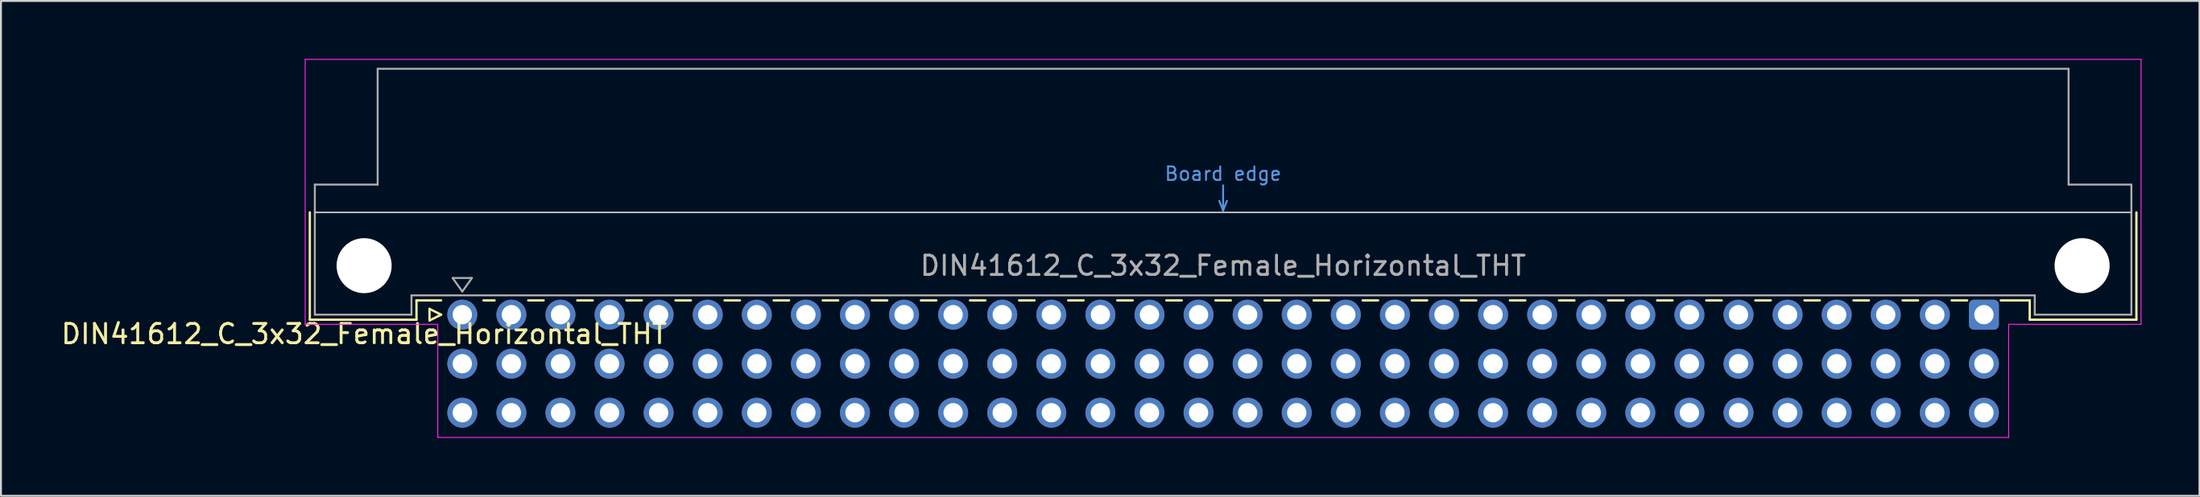
<source format=kicad_pcb>
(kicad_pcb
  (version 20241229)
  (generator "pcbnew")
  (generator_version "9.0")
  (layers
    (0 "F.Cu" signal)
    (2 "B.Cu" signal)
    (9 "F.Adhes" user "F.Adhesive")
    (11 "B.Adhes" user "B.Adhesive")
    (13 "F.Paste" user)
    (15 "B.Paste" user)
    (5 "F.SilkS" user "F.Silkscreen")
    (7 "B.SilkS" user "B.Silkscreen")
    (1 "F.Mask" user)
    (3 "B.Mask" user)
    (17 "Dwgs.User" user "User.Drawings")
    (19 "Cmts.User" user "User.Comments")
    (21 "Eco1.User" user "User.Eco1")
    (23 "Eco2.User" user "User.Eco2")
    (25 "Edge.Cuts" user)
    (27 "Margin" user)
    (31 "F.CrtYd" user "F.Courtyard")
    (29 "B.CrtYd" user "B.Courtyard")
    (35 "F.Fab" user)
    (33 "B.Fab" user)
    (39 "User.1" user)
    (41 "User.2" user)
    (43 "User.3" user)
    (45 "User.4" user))
  (footprint "DIN41612_C_3x32_Female_Horizontal_THT"
    (layer "F.Cu")
    (at 20.872 13.255)
    (property "Reference" "DIN41612_C_3x32_Female_Horizontal_THT" (at -5.08 1 0) (layer "F.SilkS") (effects (font (size 1 1) (thickness 0.15))))
    (attr through_hole)
    (fp_line (start -7.89 -5.3) (end -7.89 0.26) (stroke (width 0.12) (type solid)) (layer "F.SilkS"))
    (fp_line (start -7.89 0.26) (end -2.37 0.26) (stroke (width 0.12) (type solid)) (layer "F.SilkS"))
    (fp_line (start -2.371 -0.74) (end -1.095 -0.74) (stroke (width 0.12) (type solid)) (layer "F.SilkS"))
    (fp_line (start -2.37 0.26) (end -2.37 -0.74) (stroke (width 0.12) (type solid)) (layer "F.SilkS"))
    (fp_line (start -1.695 -0.3) (end -1.695 0.3) (stroke (width 0.12) (type solid)) (layer "F.SilkS"))
    (fp_line (start -1.695 0.3) (end -1.095 0) (stroke (width 0.12) (type solid)) (layer "F.SilkS"))
    (fp_line (start -1.095 0) (end -1.695 -0.3) (stroke (width 0.12) (type solid)) (layer "F.SilkS"))
    (fp_line (start 1.095 -0.74) (end 1.671 -0.74) (stroke (width 0.12) (type solid)) (layer "F.SilkS"))
    (fp_line (start 3.41 -0.74) (end 4.211 -0.74) (stroke (width 0.12) (type solid)) (layer "F.SilkS"))
    (fp_line (start 5.95 -0.74) (end 6.751 -0.74) (stroke (width 0.12) (type solid)) (layer "F.SilkS"))
    (fp_line (start 8.49 -0.74) (end 9.291 -0.74) (stroke (width 0.12) (type solid)) (layer "F.SilkS"))
    (fp_line (start 11.03 -0.74) (end 11.831 -0.74) (stroke (width 0.12) (type solid)) (layer "F.SilkS"))
    (fp_line (start 13.57 -0.74) (end 14.371 -0.74) (stroke (width 0.12) (type solid)) (layer "F.SilkS"))
    (fp_line (start 16.11 -0.74) (end 16.911 -0.74) (stroke (width 0.12) (type solid)) (layer "F.SilkS"))
    (fp_line (start 18.65 -0.74) (end 19.451 -0.74) (stroke (width 0.12) (type solid)) (layer "F.SilkS"))
    (fp_line (start 21.19 -0.74) (end 21.991 -0.74) (stroke (width 0.12) (type solid)) (layer "F.SilkS"))
    (fp_line (start 23.73 -0.74) (end 24.531 -0.74) (stroke (width 0.12) (type solid)) (layer "F.SilkS"))
    (fp_line (start 26.27 -0.74) (end 27.071 -0.74) (stroke (width 0.12) (type solid)) (layer "F.SilkS"))
    (fp_line (start 28.81 -0.74) (end 29.611 -0.74) (stroke (width 0.12) (type solid)) (layer "F.SilkS"))
    (fp_line (start 31.35 -0.74) (end 32.151 -0.74) (stroke (width 0.12) (type solid)) (layer "F.SilkS"))
    (fp_line (start 33.89 -0.74) (end 34.691 -0.74) (stroke (width 0.12) (type solid)) (layer "F.SilkS"))
    (fp_line (start 36.43 -0.74) (end 37.231 -0.74) (stroke (width 0.12) (type solid)) (layer "F.SilkS"))
    (fp_line (start 38.97 -0.74) (end 39.771 -0.74) (stroke (width 0.12) (type solid)) (layer "F.SilkS"))
    (fp_line (start 41.51 -0.74) (end 42.311 -0.74) (stroke (width 0.12) (type solid)) (layer "F.SilkS"))
    (fp_line (start 44.05 -0.74) (end 44.851 -0.74) (stroke (width 0.12) (type solid)) (layer "F.SilkS"))
    (fp_line (start 46.59 -0.74) (end 47.391 -0.74) (stroke (width 0.12) (type solid)) (layer "F.SilkS"))
    (fp_line (start 49.13 -0.74) (end 49.931 -0.74) (stroke (width 0.12) (type solid)) (layer "F.SilkS"))
    (fp_line (start 51.67 -0.74) (end 52.471 -0.74) (stroke (width 0.12) (type solid)) (layer "F.SilkS"))
    (fp_line (start 54.21 -0.74) (end 55.011 -0.74) (stroke (width 0.12) (type solid)) (layer "F.SilkS"))
    (fp_line (start 56.75 -0.74) (end 57.551 -0.74) (stroke (width 0.12) (type solid)) (layer "F.SilkS"))
    (fp_line (start 59.29 -0.74) (end 60.091 -0.74) (stroke (width 0.12) (type solid)) (layer "F.SilkS"))
    (fp_line (start 61.83 -0.74) (end 62.631 -0.74) (stroke (width 0.12) (type solid)) (layer "F.SilkS"))
    (fp_line (start 64.37 -0.74) (end 65.171 -0.74) (stroke (width 0.12) (type solid)) (layer "F.SilkS"))
    (fp_line (start 66.91 -0.74) (end 67.711 -0.74) (stroke (width 0.12) (type solid)) (layer "F.SilkS"))
    (fp_line (start 69.45 -0.74) (end 70.251 -0.74) (stroke (width 0.12) (type solid)) (layer "F.SilkS"))
    (fp_line (start 71.99 -0.74) (end 72.791 -0.74) (stroke (width 0.12) (type solid)) (layer "F.SilkS"))
    (fp_line (start 74.53 -0.74) (end 75.331 -0.74) (stroke (width 0.12) (type solid)) (layer "F.SilkS"))
    (fp_line (start 77.07 -0.74) (end 77.871 -0.74) (stroke (width 0.12) (type solid)) (layer "F.SilkS"))
    (fp_line (start 79.61 -0.74) (end 81.11 -0.74) (stroke (width 0.12) (type solid)) (layer "F.SilkS"))
    (fp_line (start 81.11 0.26) (end 81.11 -0.74) (stroke (width 0.12) (type solid)) (layer "F.SilkS"))
    (fp_line (start 86.63 -5.3) (end 86.63 0.26) (stroke (width 0.12) (type solid)) (layer "F.SilkS"))
    (fp_line (start 86.63 0.26) (end 81.11 0.26) (stroke (width 0.12) (type solid)) (layer "F.SilkS"))
    (fp_line (start -7.63 -5.3) (end 86.37 -5.3) (stroke (width 0.08) (type solid)) (layer "Dwgs.User"))
    (fp_line (start 39.17 -5.9) (end 39.37 -5.4) (stroke (width 0.1) (type solid)) (layer "Cmts.User"))
    (fp_line (start 39.37 -5.4) (end 39.37 -6.7) (stroke (width 0.1) (type solid)) (layer "Cmts.User"))
    (fp_line (start 39.37 -5.4) (end 39.57 -5.9) (stroke (width 0.1) (type solid)) (layer "Cmts.User"))
    (fp_line (start -8.13 -13.23) (end -8.13 0.5) (stroke (width 0.05) (type solid)) (layer "F.CrtYd"))
    (fp_line (start -8.13 0.5) (end -1.27 0.5) (stroke (width 0.05) (type solid)) (layer "F.CrtYd"))
    (fp_line (start -1.27 0.5) (end -1.27 6.36) (stroke (width 0.05) (type solid)) (layer "F.CrtYd"))
    (fp_line (start -1.27 6.36) (end 80.02 6.36) (stroke (width 0.05) (type solid)) (layer "F.CrtYd"))
    (fp_line (start 80.02 0.5) (end 86.87 0.5) (stroke (width 0.05) (type solid)) (layer "F.CrtYd"))
    (fp_line (start 80.02 6.36) (end 80.02 0.5) (stroke (width 0.05) (type solid)) (layer "F.CrtYd"))
    (fp_line (start 86.87 -13.23) (end -8.13 -13.23) (stroke (width 0.05) (type solid)) (layer "F.CrtYd"))
    (fp_line (start 86.87 0.5) (end 86.87 -13.23) (stroke (width 0.05) (type solid)) (layer "F.CrtYd"))
    (fp_line (start -7.63 -6.74) (end -7.63 0) (stroke (width 0.1) (type solid)) (layer "F.Fab"))
    (fp_line (start -7.63 0) (end -2.63 0) (stroke (width 0.1) (type solid)) (layer "F.Fab"))
    (fp_line (start -4.38 -12.74) (end -4.38 -6.74) (stroke (width 0.1) (type solid)) (layer "F.Fab"))
    (fp_line (start -4.38 -6.74) (end -7.63 -6.74) (stroke (width 0.1) (type solid)) (layer "F.Fab"))
    (fp_line (start -2.63 -1) (end 81.37 -1) (stroke (width 0.1) (type solid)) (layer "F.Fab"))
    (fp_line (start -2.63 0) (end -2.63 -1) (stroke (width 0.1) (type solid)) (layer "F.Fab"))
    (fp_line (start -0.5 -1.9) (end 0.5 -1.9) (stroke (width 0.1) (type solid)) (layer "F.Fab"))
    (fp_line (start 0 -1.2) (end -0.5 -1.9) (stroke (width 0.1) (type solid)) (layer "F.Fab"))
    (fp_line (start 0.5 -1.9) (end 0 -1.2) (stroke (width 0.1) (type solid)) (layer "F.Fab"))
    (fp_line (start 81.37 -1) (end 81.37 0) (stroke (width 0.1) (type solid)) (layer "F.Fab"))
    (fp_line (start 81.37 0) (end 86.37 0) (stroke (width 0.1) (type solid)) (layer "F.Fab"))
    (fp_line (start 83.12 -12.74) (end -4.38 -12.74) (stroke (width 0.1) (type solid)) (layer "F.Fab"))
    (fp_line (start 83.12 -6.74) (end 83.12 -12.74) (stroke (width 0.1) (type solid)) (layer "F.Fab"))
    (fp_line (start 86.37 -6.74) (end 83.12 -6.74) (stroke (width 0.1) (type solid)) (layer "F.Fab"))
    (fp_line (start 86.37 0) (end 86.37 -6.74) (stroke (width 0.1) (type solid)) (layer "F.Fab"))
    (fp_text user "Board edge" (at 39.37 -7.3 0) (layer "Cmts.User") (effects (font (size 0.7 0.7) (thickness 0.1))))
    (fp_text user "${REFERENCE}" (at 39.37 -2.54 0) (layer "F.Fab") (effects (font (size 1 1) (thickness 0.15))))
    (pad "" np_thru_hole circle (at -5.08 -2.54) (size 2.85 2.85) (drill 2.85) (layers "*.Cu" "*.Mask"))
    (pad "" np_thru_hole circle (at 83.82 -2.54) (size 2.85 2.85) (drill 2.85) (layers "*.Cu" "*.Mask"))
    (pad "a1" thru_hole roundrect (at 78.74 0) (size 1.55 1.55) (drill 1) (layers "*.Cu" "*.Mask") (roundrect_rratio 0.161))
    (pad "a2" thru_hole circle (at 76.2 0) (size 1.55 1.55) (drill 1) (layers "*.Cu" "*.Mask"))
    (pad "a3" thru_hole circle (at 73.66 0) (size 1.55 1.55) (drill 1) (layers "*.Cu" "*.Mask"))
    (pad "a4" thru_hole circle (at 71.12 0) (size 1.55 1.55) (drill 1) (layers "*.Cu" "*.Mask"))
    (pad "a5" thru_hole circle (at 68.58 0) (size 1.55 1.55) (drill 1) (layers "*.Cu" "*.Mask"))
    (pad "a6" thru_hole circle (at 66.04 0) (size 1.55 1.55) (drill 1) (layers "*.Cu" "*.Mask"))
    (pad "a7" thru_hole circle (at 63.5 0) (size 1.55 1.55) (drill 1) (layers "*.Cu" "*.Mask"))
    (pad "a8" thru_hole circle (at 60.96 0) (size 1.55 1.55) (drill 1) (layers "*.Cu" "*.Mask"))
    (pad "a9" thru_hole circle (at 58.42 0) (size 1.55 1.55) (drill 1) (layers "*.Cu" "*.Mask"))
    (pad "a10" thru_hole circle (at 55.88 0) (size 1.55 1.55) (drill 1) (layers "*.Cu" "*.Mask"))
    (pad "a11" thru_hole circle (at 53.34 0) (size 1.55 1.55) (drill 1) (layers "*.Cu" "*.Mask"))
    (pad "a12" thru_hole circle (at 50.8 0) (size 1.55 1.55) (drill 1) (layers "*.Cu" "*.Mask"))
    (pad "a13" thru_hole circle (at 48.26 0) (size 1.55 1.55) (drill 1) (layers "*.Cu" "*.Mask"))
    (pad "a14" thru_hole circle (at 45.72 0) (size 1.55 1.55) (drill 1) (layers "*.Cu" "*.Mask"))
    (pad "a15" thru_hole circle (at 43.18 0) (size 1.55 1.55) (drill 1) (layers "*.Cu" "*.Mask"))
    (pad "a16" thru_hole circle (at 40.64 0) (size 1.55 1.55) (drill 1) (layers "*.Cu" "*.Mask"))
    (pad "a17" thru_hole circle (at 38.1 0) (size 1.55 1.55) (drill 1) (layers "*.Cu" "*.Mask"))
    (pad "a18" thru_hole circle (at 35.56 0) (size 1.55 1.55) (drill 1) (layers "*.Cu" "*.Mask"))
    (pad "a19" thru_hole circle (at 33.02 0) (size 1.55 1.55) (drill 1) (layers "*.Cu" "*.Mask"))
    (pad "a20" thru_hole circle (at 30.48 0) (size 1.55 1.55) (drill 1) (layers "*.Cu" "*.Mask"))
    (pad "a21" thru_hole circle (at 27.94 0) (size 1.55 1.55) (drill 1) (layers "*.Cu" "*.Mask"))
    (pad "a22" thru_hole circle (at 25.4 0) (size 1.55 1.55) (drill 1) (layers "*.Cu" "*.Mask"))
    (pad "a23" thru_hole circle (at 22.86 0) (size 1.55 1.55) (drill 1) (layers "*.Cu" "*.Mask"))
    (pad "a24" thru_hole circle (at 20.32 0) (size 1.55 1.55) (drill 1) (layers "*.Cu" "*.Mask"))
    (pad "a25" thru_hole circle (at 17.78 0) (size 1.55 1.55) (drill 1) (layers "*.Cu" "*.Mask"))
    (pad "a26" thru_hole circle (at 15.24 0) (size 1.55 1.55) (drill 1) (layers "*.Cu" "*.Mask"))
    (pad "a27" thru_hole circle (at 12.7 0) (size 1.55 1.55) (drill 1) (layers "*.Cu" "*.Mask"))
    (pad "a28" thru_hole circle (at 10.16 0) (size 1.55 1.55) (drill 1) (layers "*.Cu" "*.Mask"))
    (pad "a29" thru_hole circle (at 7.62 0) (size 1.55 1.55) (drill 1) (layers "*.Cu" "*.Mask"))
    (pad "a30" thru_hole circle (at 5.08 0) (size 1.55 1.55) (drill 1) (layers "*.Cu" "*.Mask"))
    (pad "a31" thru_hole circle (at 2.54 0) (size 1.55 1.55) (drill 1) (layers "*.Cu" "*.Mask"))
    (pad "a32" thru_hole circle (at 0 0) (size 1.55 1.55) (drill 1) (layers "*.Cu" "*.Mask"))
    (pad "b1" thru_hole circle (at 78.74 2.54) (size 1.55 1.55) (drill 1) (layers "*.Cu" "*.Mask"))
    (pad "b2" thru_hole circle (at 76.2 2.54) (size 1.55 1.55) (drill 1) (layers "*.Cu" "*.Mask"))
    (pad "b3" thru_hole circle (at 73.66 2.54) (size 1.55 1.55) (drill 1) (layers "*.Cu" "*.Mask"))
    (pad "b4" thru_hole circle (at 71.12 2.54) (size 1.55 1.55) (drill 1) (layers "*.Cu" "*.Mask"))
    (pad "b5" thru_hole circle (at 68.58 2.54) (size 1.55 1.55) (drill 1) (layers "*.Cu" "*.Mask"))
    (pad "b6" thru_hole circle (at 66.04 2.54) (size 1.55 1.55) (drill 1) (layers "*.Cu" "*.Mask"))
    (pad "b7" thru_hole circle (at 63.5 2.54) (size 1.55 1.55) (drill 1) (layers "*.Cu" "*.Mask"))
    (pad "b8" thru_hole circle (at 60.96 2.54) (size 1.55 1.55) (drill 1) (layers "*.Cu" "*.Mask"))
    (pad "b9" thru_hole circle (at 58.42 2.54) (size 1.55 1.55) (drill 1) (layers "*.Cu" "*.Mask"))
    (pad "b10" thru_hole circle (at 55.88 2.54) (size 1.55 1.55) (drill 1) (layers "*.Cu" "*.Mask"))
    (pad "b11" thru_hole circle (at 53.34 2.54) (size 1.55 1.55) (drill 1) (layers "*.Cu" "*.Mask"))
    (pad "b12" thru_hole circle (at 50.8 2.54) (size 1.55 1.55) (drill 1) (layers "*.Cu" "*.Mask"))
    (pad "b13" thru_hole circle (at 48.26 2.54) (size 1.55 1.55) (drill 1) (layers "*.Cu" "*.Mask"))
    (pad "b14" thru_hole circle (at 45.72 2.54) (size 1.55 1.55) (drill 1) (layers "*.Cu" "*.Mask"))
    (pad "b15" thru_hole circle (at 43.18 2.54) (size 1.55 1.55) (drill 1) (layers "*.Cu" "*.Mask"))
    (pad "b16" thru_hole circle (at 40.64 2.54) (size 1.55 1.55) (drill 1) (layers "*.Cu" "*.Mask"))
    (pad "b17" thru_hole circle (at 38.1 2.54) (size 1.55 1.55) (drill 1) (layers "*.Cu" "*.Mask"))
    (pad "b18" thru_hole circle (at 35.56 2.54) (size 1.55 1.55) (drill 1) (layers "*.Cu" "*.Mask"))
    (pad "b19" thru_hole circle (at 33.02 2.54) (size 1.55 1.55) (drill 1) (layers "*.Cu" "*.Mask"))
    (pad "b20" thru_hole circle (at 30.48 2.54) (size 1.55 1.55) (drill 1) (layers "*.Cu" "*.Mask"))
    (pad "b21" thru_hole circle (at 27.94 2.54) (size 1.55 1.55) (drill 1) (layers "*.Cu" "*.Mask"))
    (pad "b22" thru_hole circle (at 25.4 2.54) (size 1.55 1.55) (drill 1) (layers "*.Cu" "*.Mask"))
    (pad "b23" thru_hole circle (at 22.86 2.54) (size 1.55 1.55) (drill 1) (layers "*.Cu" "*.Mask"))
    (pad "b24" thru_hole circle (at 20.32 2.54) (size 1.55 1.55) (drill 1) (layers "*.Cu" "*.Mask"))
    (pad "b25" thru_hole circle (at 17.78 2.54) (size 1.55 1.55) (drill 1) (layers "*.Cu" "*.Mask"))
    (pad "b26" thru_hole circle (at 15.24 2.54) (size 1.55 1.55) (drill 1) (layers "*.Cu" "*.Mask"))
    (pad "b27" thru_hole circle (at 12.7 2.54) (size 1.55 1.55) (drill 1) (layers "*.Cu" "*.Mask"))
    (pad "b28" thru_hole circle (at 10.16 2.54) (size 1.55 1.55) (drill 1) (layers "*.Cu" "*.Mask"))
    (pad "b29" thru_hole circle (at 7.62 2.54) (size 1.55 1.55) (drill 1) (layers "*.Cu" "*.Mask"))
    (pad "b30" thru_hole circle (at 5.08 2.54) (size 1.55 1.55) (drill 1) (layers "*.Cu" "*.Mask"))
    (pad "b31" thru_hole circle (at 2.54 2.54) (size 1.55 1.55) (drill 1) (layers "*.Cu" "*.Mask"))
    (pad "b32" thru_hole circle (at 0 2.54) (size 1.55 1.55) (drill 1) (layers "*.Cu" "*.Mask"))
    (pad "c1" thru_hole circle (at 78.74 5.08) (size 1.55 1.55) (drill 1) (layers "*.Cu" "*.Mask"))
    (pad "c2" thru_hole circle (at 76.2 5.08) (size 1.55 1.55) (drill 1) (layers "*.Cu" "*.Mask"))
    (pad "c3" thru_hole circle (at 73.66 5.08) (size 1.55 1.55) (drill 1) (layers "*.Cu" "*.Mask"))
    (pad "c4" thru_hole circle (at 71.12 5.08) (size 1.55 1.55) (drill 1) (layers "*.Cu" "*.Mask"))
    (pad "c5" thru_hole circle (at 68.58 5.08) (size 1.55 1.55) (drill 1) (layers "*.Cu" "*.Mask"))
    (pad "c6" thru_hole circle (at 66.04 5.08) (size 1.55 1.55) (drill 1) (layers "*.Cu" "*.Mask"))
    (pad "c7" thru_hole circle (at 63.5 5.08) (size 1.55 1.55) (drill 1) (layers "*.Cu" "*.Mask"))
    (pad "c8" thru_hole circle (at 60.96 5.08) (size 1.55 1.55) (drill 1) (layers "*.Cu" "*.Mask"))
    (pad "c9" thru_hole circle (at 58.42 5.08) (size 1.55 1.55) (drill 1) (layers "*.Cu" "*.Mask"))
    (pad "c10" thru_hole circle (at 55.88 5.08) (size 1.55 1.55) (drill 1) (layers "*.Cu" "*.Mask"))
    (pad "c11" thru_hole circle (at 53.34 5.08) (size 1.55 1.55) (drill 1) (layers "*.Cu" "*.Mask"))
    (pad "c12" thru_hole circle (at 50.8 5.08) (size 1.55 1.55) (drill 1) (layers "*.Cu" "*.Mask"))
    (pad "c13" thru_hole circle (at 48.26 5.08) (size 1.55 1.55) (drill 1) (layers "*.Cu" "*.Mask"))
    (pad "c14" thru_hole circle (at 45.72 5.08) (size 1.55 1.55) (drill 1) (layers "*.Cu" "*.Mask"))
    (pad "c15" thru_hole circle (at 43.18 5.08) (size 1.55 1.55) (drill 1) (layers "*.Cu" "*.Mask"))
    (pad "c16" thru_hole circle (at 40.64 5.08) (size 1.55 1.55) (drill 1) (layers "*.Cu" "*.Mask"))
    (pad "c17" thru_hole circle (at 38.1 5.08) (size 1.55 1.55) (drill 1) (layers "*.Cu" "*.Mask"))
    (pad "c18" thru_hole circle (at 35.56 5.08) (size 1.55 1.55) (drill 1) (layers "*.Cu" "*.Mask"))
    (pad "c19" thru_hole circle (at 33.02 5.08) (size 1.55 1.55) (drill 1) (layers "*.Cu" "*.Mask"))
    (pad "c20" thru_hole circle (at 30.48 5.08) (size 1.55 1.55) (drill 1) (layers "*.Cu" "*.Mask"))
    (pad "c21" thru_hole circle (at 27.94 5.08) (size 1.55 1.55) (drill 1) (layers "*.Cu" "*.Mask"))
    (pad "c22" thru_hole circle (at 25.4 5.08) (size 1.55 1.55) (drill 1) (layers "*.Cu" "*.Mask"))
    (pad "c23" thru_hole circle (at 22.86 5.08) (size 1.55 1.55) (drill 1) (layers "*.Cu" "*.Mask"))
    (pad "c24" thru_hole circle (at 20.32 5.08) (size 1.55 1.55) (drill 1) (layers "*.Cu" "*.Mask"))
    (pad "c25" thru_hole circle (at 17.78 5.08) (size 1.55 1.55) (drill 1) (layers "*.Cu" "*.Mask"))
    (pad "c26" thru_hole circle (at 15.24 5.08) (size 1.55 1.55) (drill 1) (layers "*.Cu" "*.Mask"))
    (pad "c27" thru_hole circle (at 12.7 5.08) (size 1.55 1.55) (drill 1) (layers "*.Cu" "*.Mask"))
    (pad "c28" thru_hole circle (at 10.16 5.08) (size 1.55 1.55) (drill 1) (layers "*.Cu" "*.Mask"))
    (pad "c29" thru_hole circle (at 7.62 5.08) (size 1.55 1.55) (drill 1) (layers "*.Cu" "*.Mask"))
    (pad "c30" thru_hole circle (at 5.08 5.08) (size 1.55 1.55) (drill 1) (layers "*.Cu" "*.Mask"))
    (pad "c31" thru_hole circle (at 2.54 5.08) (size 1.55 1.55) (drill 1) (layers "*.Cu" "*.Mask"))
    (pad "c32" thru_hole circle (at 0 5.08) (size 1.55 1.55) (drill 1) (layers "*.Cu" "*.Mask")))
  (gr_rect
    (start -3 -3)
    (end 110.767 22.64)
    (stroke (width 0.1) (type default))
    (fill no)
    (layer "Edge.Cuts")))
</source>
